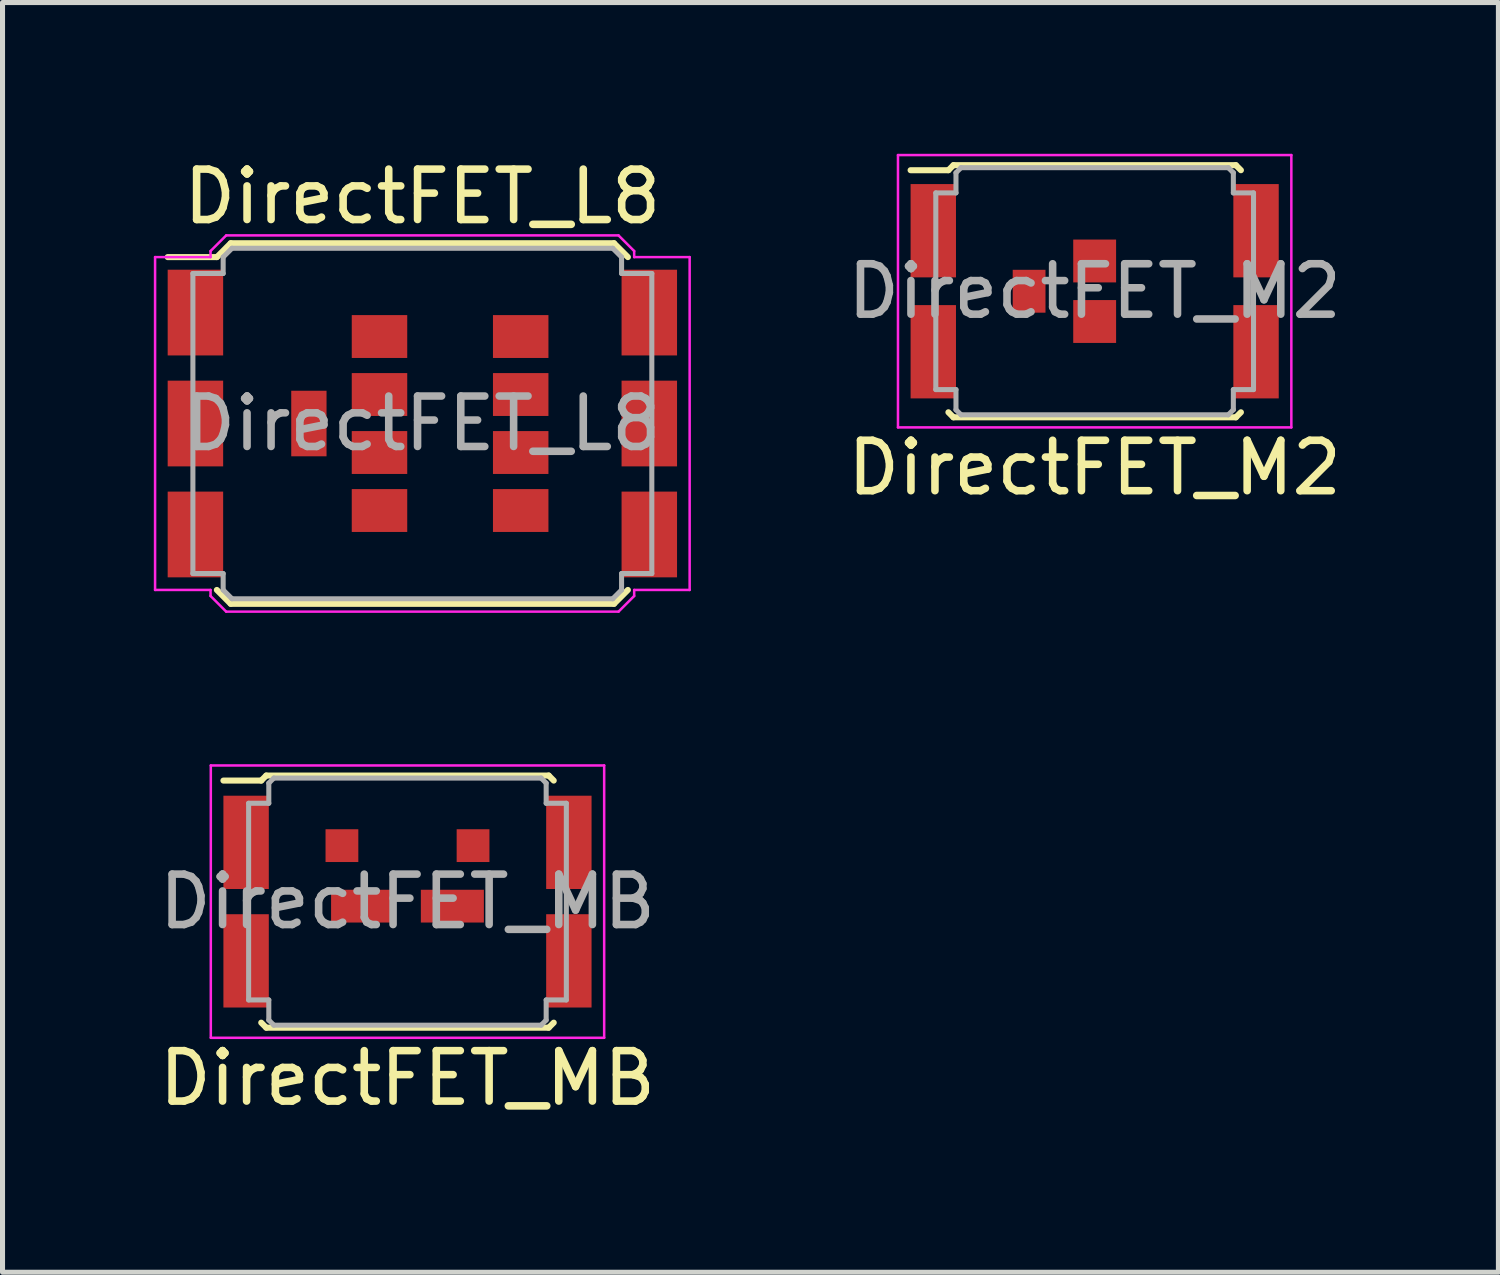
<source format=kicad_pcb>
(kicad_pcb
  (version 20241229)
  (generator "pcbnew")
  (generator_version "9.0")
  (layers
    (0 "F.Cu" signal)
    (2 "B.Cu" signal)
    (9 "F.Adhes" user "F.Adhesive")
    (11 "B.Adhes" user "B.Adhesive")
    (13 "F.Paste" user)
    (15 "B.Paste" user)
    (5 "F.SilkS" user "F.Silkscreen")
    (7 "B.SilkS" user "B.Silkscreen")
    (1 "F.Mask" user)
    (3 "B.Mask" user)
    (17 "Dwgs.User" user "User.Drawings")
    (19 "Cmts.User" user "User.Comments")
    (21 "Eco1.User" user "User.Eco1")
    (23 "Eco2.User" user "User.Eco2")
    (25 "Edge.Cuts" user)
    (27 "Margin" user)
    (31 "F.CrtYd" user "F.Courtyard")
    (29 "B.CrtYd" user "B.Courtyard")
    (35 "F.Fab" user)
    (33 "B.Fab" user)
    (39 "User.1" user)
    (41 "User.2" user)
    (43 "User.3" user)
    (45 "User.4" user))
  (footprint "DirectFET_M2"
    (layer "F.Cu")
    (at 18.656 2.725)
    (property "Reference" "DirectFET_M2" (at 0 3.5 0) (layer "F.SilkS") (effects (font (size 1 1) (thickness 0.15))))
    (attr smd)
    (fp_line (start -3.65 -2.4) (end -2.9 -2.4) (stroke (width 0.12) (type solid)) (layer "F.SilkS"))
    (fp_line (start -2.9 -2.4) (end -2.8 -2.5) (stroke (width 0.12) (type solid)) (layer "F.SilkS"))
    (fp_line (start -2.8 -2.5) (end 2.8 -2.5) (stroke (width 0.12) (type solid)) (layer "F.SilkS"))
    (fp_line (start -2.8 2.5) (end -2.9 2.4) (stroke (width 0.12) (type solid)) (layer "F.SilkS"))
    (fp_line (start 2.8 -2.5) (end 2.9 -2.4) (stroke (width 0.12) (type solid)) (layer "F.SilkS"))
    (fp_line (start 2.8 2.5) (end -2.8 2.5) (stroke (width 0.12) (type solid)) (layer "F.SilkS"))
    (fp_line (start 2.9 2.4) (end 2.8 2.5) (stroke (width 0.12) (type solid)) (layer "F.SilkS"))
    (fp_line (start -3.9 -2.7) (end -3.9 2.7) (stroke (width 0.05) (type solid)) (layer "F.CrtYd"))
    (fp_line (start -3.9 2.7) (end 3.9 2.7) (stroke (width 0.05) (type solid)) (layer "F.CrtYd"))
    (fp_line (start 3.9 -2.7) (end -3.9 -2.7) (stroke (width 0.05) (type solid)) (layer "F.CrtYd"))
    (fp_line (start 3.9 2.7) (end 3.9 -2.7) (stroke (width 0.05) (type solid)) (layer "F.CrtYd"))
    (fp_line (start -3.15 -1.95) (end -2.75 -1.95) (stroke (width 0.1) (type solid)) (layer "F.Fab"))
    (fp_line (start -3.15 1.95) (end -3.15 -1.95) (stroke (width 0.1) (type solid)) (layer "F.Fab"))
    (fp_line (start -3.15 1.95) (end -2.75 1.95) (stroke (width 0.1) (type solid)) (layer "F.Fab"))
    (fp_line (start -2.75 -2.35) (end -2.65 -2.45) (stroke (width 0.1) (type solid)) (layer "F.Fab"))
    (fp_line (start -2.75 -1.95) (end -2.75 -2.35) (stroke (width 0.1) (type solid)) (layer "F.Fab"))
    (fp_line (start -2.75 1.95) (end -2.75 2.35) (stroke (width 0.1) (type solid)) (layer "F.Fab"))
    (fp_line (start -2.75 2.35) (end -2.65 2.45) (stroke (width 0.1) (type solid)) (layer "F.Fab"))
    (fp_line (start -2.65 2.45) (end 2.65 2.45) (stroke (width 0.1) (type solid)) (layer "F.Fab"))
    (fp_line (start 2.65 -2.45) (end -2.65 -2.45) (stroke (width 0.1) (type solid)) (layer "F.Fab"))
    (fp_line (start 2.65 -2.45) (end 2.75 -2.35) (stroke (width 0.1) (type solid)) (layer "F.Fab"))
    (fp_line (start 2.75 -2.35) (end 2.75 -1.95) (stroke (width 0.1) (type solid)) (layer "F.Fab"))
    (fp_line (start 2.75 -1.95) (end 3.15 -1.95) (stroke (width 0.1) (type solid)) (layer "F.Fab"))
    (fp_line (start 2.75 1.95) (end 2.75 2.35) (stroke (width 0.1) (type solid)) (layer "F.Fab"))
    (fp_line (start 2.75 2.35) (end 2.65 2.45) (stroke (width 0.1) (type solid)) (layer "F.Fab"))
    (fp_line (start 3.15 -1.95) (end 3.15 1.95) (stroke (width 0.1) (type solid)) (layer "F.Fab"))
    (fp_line (start 3.15 1.95) (end 2.75 1.95) (stroke (width 0.1) (type solid)) (layer "F.Fab"))
    (fp_text user "${REFERENCE}" (at 0 0 0) (layer "F.Fab") (effects (font (size 1 1) (thickness 0.15))))
    (pad "1" smd rect (at -3.2 -1.2) (size 0.9 1.85) (layers "F.Cu" "F.Mask" "F.Paste"))
    (pad "1" smd rect (at -3.2 1.2) (size 0.9 1.85) (layers "F.Cu" "F.Mask" "F.Paste"))
    (pad "1" smd rect (at 3.2 -1.2) (size 0.9 1.85) (layers "F.Cu" "F.Mask" "F.Paste"))
    (pad "1" smd rect (at 3.2 1.2) (size 0.9 1.85) (layers "F.Cu" "F.Mask" "F.Paste"))
    (pad "2" smd rect (at -1.3 0) (size 0.65 0.85) (layers "F.Cu" "F.Mask" "F.Paste"))
    (pad "3" smd rect (at 0 -0.6) (size 0.85 0.85) (layers "F.Cu" "F.Mask" "F.Paste"))
    (pad "3" smd rect (at 0 0.6) (size 0.85 0.85) (layers "F.Cu" "F.Mask" "F.Paste")))
  (footprint "DirectFET_MB"
    (layer "F.Cu")
    (at 5.03 14.828)
    (property "Reference" "DirectFET_MB" (at 0 3.5 0) (layer "F.SilkS") (effects (font (size 1 1) (thickness 0.15))))
    (attr smd)
    (fp_line (start -3.65 -2.4) (end -2.9 -2.4) (stroke (width 0.12) (type solid)) (layer "F.SilkS"))
    (fp_line (start -2.9 -2.4) (end -2.8 -2.5) (stroke (width 0.12) (type solid)) (layer "F.SilkS"))
    (fp_line (start -2.8 -2.5) (end 2.8 -2.5) (stroke (width 0.12) (type solid)) (layer "F.SilkS"))
    (fp_line (start -2.8 2.5) (end -2.9 2.4) (stroke (width 0.12) (type solid)) (layer "F.SilkS"))
    (fp_line (start 2.8 -2.5) (end 2.9 -2.4) (stroke (width 0.12) (type solid)) (layer "F.SilkS"))
    (fp_line (start 2.8 2.5) (end -2.8 2.5) (stroke (width 0.12) (type solid)) (layer "F.SilkS"))
    (fp_line (start 2.9 2.4) (end 2.8 2.5) (stroke (width 0.12) (type solid)) (layer "F.SilkS"))
    (fp_line (start -3.9 -2.7) (end -3.9 2.7) (stroke (width 0.05) (type solid)) (layer "F.CrtYd"))
    (fp_line (start -3.9 2.7) (end 3.9 2.7) (stroke (width 0.05) (type solid)) (layer "F.CrtYd"))
    (fp_line (start 3.9 -2.7) (end -3.9 -2.7) (stroke (width 0.05) (type solid)) (layer "F.CrtYd"))
    (fp_line (start 3.9 2.7) (end 3.9 -2.7) (stroke (width 0.05) (type solid)) (layer "F.CrtYd"))
    (fp_line (start -3.15 -1.95) (end -2.75 -1.95) (stroke (width 0.1) (type solid)) (layer "F.Fab"))
    (fp_line (start -3.15 1.95) (end -3.15 -1.95) (stroke (width 0.1) (type solid)) (layer "F.Fab"))
    (fp_line (start -3.15 1.95) (end -2.75 1.95) (stroke (width 0.1) (type solid)) (layer "F.Fab"))
    (fp_line (start -2.75 -2.35) (end -2.65 -2.45) (stroke (width 0.1) (type solid)) (layer "F.Fab"))
    (fp_line (start -2.75 -1.95) (end -2.75 -2.35) (stroke (width 0.1) (type solid)) (layer "F.Fab"))
    (fp_line (start -2.75 1.95) (end -2.75 2.35) (stroke (width 0.1) (type solid)) (layer "F.Fab"))
    (fp_line (start -2.75 2.35) (end -2.65 2.45) (stroke (width 0.1) (type solid)) (layer "F.Fab"))
    (fp_line (start -2.65 2.45) (end 2.65 2.45) (stroke (width 0.1) (type solid)) (layer "F.Fab"))
    (fp_line (start 2.65 -2.45) (end -2.65 -2.45) (stroke (width 0.1) (type solid)) (layer "F.Fab"))
    (fp_line (start 2.65 -2.45) (end 2.75 -2.35) (stroke (width 0.1) (type solid)) (layer "F.Fab"))
    (fp_line (start 2.75 -2.35) (end 2.75 -1.95) (stroke (width 0.1) (type solid)) (layer "F.Fab"))
    (fp_line (start 2.75 -1.95) (end 3.15 -1.95) (stroke (width 0.1) (type solid)) (layer "F.Fab"))
    (fp_line (start 2.75 1.95) (end 2.75 2.35) (stroke (width 0.1) (type solid)) (layer "F.Fab"))
    (fp_line (start 2.75 2.35) (end 2.65 2.45) (stroke (width 0.1) (type solid)) (layer "F.Fab"))
    (fp_line (start 3.15 -1.95) (end 3.15 1.95) (stroke (width 0.1) (type solid)) (layer "F.Fab"))
    (fp_line (start 3.15 1.95) (end 2.75 1.95) (stroke (width 0.1) (type solid)) (layer "F.Fab"))
    (fp_text user "${REFERENCE}" (at 0 0 0) (layer "F.Fab") (effects (font (size 1 1) (thickness 0.15))))
    (pad "1" smd rect (at -3.2 -1.175) (size 0.9 1.85) (layers "F.Cu" "F.Mask" "F.Paste"))
    (pad "1" smd rect (at -3.2 1.175) (size 0.9 1.85) (layers "F.Cu" "F.Mask" "F.Paste"))
    (pad "1" smd rect (at 3.2 -1.175) (size 0.9 1.85) (layers "F.Cu" "F.Mask" "F.Paste"))
    (pad "1" smd rect (at 3.2 1.175) (size 0.9 1.85) (layers "F.Cu" "F.Mask" "F.Paste"))
    (pad "2" smd rect (at -1.3 -1.11) (size 0.65 0.65) (layers "F.Cu" "F.Mask" "F.Paste"))
    (pad "2" smd rect (at 1.3 -1.11) (size 0.65 0.65) (layers "F.Cu" "F.Mask" "F.Paste"))
    (pad "3" smd rect (at -0.89 0.09) (size 1.25 0.65) (layers "F.Cu" "F.Mask" "F.Paste"))
    (pad "3" smd rect (at 0.89 0.09) (size 1.25 0.65) (layers "F.Cu" "F.Mask" "F.Paste")))
  (footprint "DirectFET_L8"
    (layer "F.Cu")
    (at 5.325 5.348)
    (property "Reference" "DirectFET_L8" (at 0 -4.5 0) (layer "F.SilkS") (effects (font (size 1 1) (thickness 0.15))))
    (attr smd)
    (fp_line (start -5.05 -3.3) (end -4.075 -3.3) (stroke (width 0.12) (type solid)) (layer "F.SilkS"))
    (fp_line (start -4.075 -3.3) (end -3.8 -3.575) (stroke (width 0.12) (type solid)) (layer "F.SilkS"))
    (fp_line (start -4.075 3.3) (end -3.8 3.575) (stroke (width 0.12) (type solid)) (layer "F.SilkS"))
    (fp_line (start 3.8 -3.575) (end -3.8 -3.575) (stroke (width 0.12) (type solid)) (layer "F.SilkS"))
    (fp_line (start 3.8 3.575) (end -3.8 3.575) (stroke (width 0.12) (type solid)) (layer "F.SilkS"))
    (fp_line (start 4.075 -3.3) (end 3.8 -3.575) (stroke (width 0.12) (type solid)) (layer "F.SilkS"))
    (fp_line (start 4.075 3.3) (end 3.8 3.575) (stroke (width 0.12) (type solid)) (layer "F.SilkS"))
    (fp_line (start -5.3 -3.3) (end -5.3 3.3) (stroke (width 0.05) (type solid)) (layer "F.CrtYd"))
    (fp_line (start -4.2 -3.42) (end -3.89 -3.73) (stroke (width 0.05) (type solid)) (layer "F.CrtYd"))
    (fp_line (start -4.2 -3.3) (end -5.3 -3.3) (stroke (width 0.05) (type solid)) (layer "F.CrtYd"))
    (fp_line (start -4.2 -3.3) (end -4.2 -3.42) (stroke (width 0.05) (type solid)) (layer "F.CrtYd"))
    (fp_line (start -4.2 3.3) (end -5.3 3.3) (stroke (width 0.05) (type solid)) (layer "F.CrtYd"))
    (fp_line (start -4.2 3.3) (end -4.2 3.42) (stroke (width 0.05) (type solid)) (layer "F.CrtYd"))
    (fp_line (start -4.2 3.42) (end -3.89 3.73) (stroke (width 0.05) (type solid)) (layer "F.CrtYd"))
    (fp_line (start 3.89 -3.73) (end -3.89 -3.73) (stroke (width 0.05) (type solid)) (layer "F.CrtYd"))
    (fp_line (start 3.89 3.73) (end -3.89 3.73) (stroke (width 0.05) (type solid)) (layer "F.CrtYd"))
    (fp_line (start 4.2 -3.42) (end 3.89 -3.73) (stroke (width 0.05) (type solid)) (layer "F.CrtYd"))
    (fp_line (start 4.2 -3.3) (end 4.2 -3.42) (stroke (width 0.05) (type solid)) (layer "F.CrtYd"))
    (fp_line (start 4.2 -3.3) (end 5.3 -3.3) (stroke (width 0.05) (type solid)) (layer "F.CrtYd"))
    (fp_line (start 4.2 3.3) (end 4.2 3.42) (stroke (width 0.05) (type solid)) (layer "F.CrtYd"))
    (fp_line (start 4.2 3.3) (end 5.3 3.3) (stroke (width 0.05) (type solid)) (layer "F.CrtYd"))
    (fp_line (start 4.2 3.42) (end 3.89 3.73) (stroke (width 0.05) (type solid)) (layer "F.CrtYd"))
    (fp_line (start 5.3 -3.3) (end 5.3 3.3) (stroke (width 0.05) (type solid)) (layer "F.CrtYd"))
    (fp_line (start -4.55 -2.975) (end -4.55 2.975) (stroke (width 0.1) (type solid)) (layer "F.Fab"))
    (fp_line (start -4.55 -2.975) (end -3.95 -2.975) (stroke (width 0.1) (type solid)) (layer "F.Fab"))
    (fp_line (start -4.55 2.975) (end -3.95 2.975) (stroke (width 0.1) (type solid)) (layer "F.Fab"))
    (fp_line (start -3.95 -3.3) (end -3.775 -3.475) (stroke (width 0.1) (type solid)) (layer "F.Fab"))
    (fp_line (start -3.95 -2.975) (end -3.95 -3.3) (stroke (width 0.1) (type solid)) (layer "F.Fab"))
    (fp_line (start -3.95 2.975) (end -3.95 3.3) (stroke (width 0.1) (type solid)) (layer "F.Fab"))
    (fp_line (start -3.95 3.3) (end -3.775 3.475) (stroke (width 0.1) (type solid)) (layer "F.Fab"))
    (fp_line (start 3.775 -3.475) (end -3.775 -3.475) (stroke (width 0.1) (type solid)) (layer "F.Fab"))
    (fp_line (start 3.775 3.475) (end -3.775 3.475) (stroke (width 0.1) (type solid)) (layer "F.Fab"))
    (fp_line (start 3.95 -3.3) (end 3.775 -3.475) (stroke (width 0.1) (type solid)) (layer "F.Fab"))
    (fp_line (start 3.95 -2.975) (end 3.95 -3.3) (stroke (width 0.1) (type solid)) (layer "F.Fab"))
    (fp_line (start 3.95 2.975) (end 3.95 3.3) (stroke (width 0.1) (type solid)) (layer "F.Fab"))
    (fp_line (start 3.95 3.3) (end 3.775 3.475) (stroke (width 0.1) (type solid)) (layer "F.Fab"))
    (fp_line (start 4.55 -2.975) (end 3.95 -2.975) (stroke (width 0.1) (type solid)) (layer "F.Fab"))
    (fp_line (start 4.55 -2.975) (end 4.55 2.975) (stroke (width 0.1) (type solid)) (layer "F.Fab"))
    (fp_line (start 4.55 2.975) (end 3.95 2.975) (stroke (width 0.1) (type solid)) (layer "F.Fab"))
    (fp_text user "${REFERENCE}" (at 0 0 0) (layer "F.Fab") (effects (font (size 1 1) (thickness 0.15))))
    (pad "1" smd rect (at -4.5 -2.2) (size 1.1 1.7) (layers "F.Cu" "F.Mask" "F.Paste"))
    (pad "1" smd rect (at -4.5 0) (size 1.1 1.7) (layers "F.Cu" "F.Mask" "F.Paste"))
    (pad "1" smd rect (at -4.5 2.2) (size 1.1 1.7) (layers "F.Cu" "F.Mask" "F.Paste"))
    (pad "1" smd rect (at 4.5 -2.2) (size 1.1 1.7) (layers "F.Cu" "F.Mask" "F.Paste"))
    (pad "1" smd rect (at 4.5 0) (size 1.1 1.7) (layers "F.Cu" "F.Mask" "F.Paste"))
    (pad "1" smd rect (at 4.5 2.2) (size 1.1 1.7) (layers "F.Cu" "F.Mask" "F.Paste"))
    (pad "2" smd rect (at -2.25 0) (size 0.7 1.3) (layers "F.Cu" "F.Mask" "F.Paste"))
    (pad "3" smd rect (at -0.85 -1.725) (size 1.1 0.85) (layers "F.Cu" "F.Mask" "F.Paste"))
    (pad "3" smd rect (at -0.85 -0.575) (size 1.1 0.85) (layers "F.Cu" "F.Mask" "F.Paste"))
    (pad "3" smd rect (at -0.85 0.575) (size 1.1 0.85) (layers "F.Cu" "F.Mask" "F.Paste"))
    (pad "3" smd rect (at -0.85 1.725) (size 1.1 0.85) (layers "F.Cu" "F.Mask" "F.Paste"))
    (pad "3" smd rect (at 1.95 -1.725) (size 1.1 0.85) (layers "F.Cu" "F.Mask" "F.Paste"))
    (pad "3" smd rect (at 1.95 -0.575) (size 1.1 0.85) (layers "F.Cu" "F.Mask" "F.Paste"))
    (pad "3" smd rect (at 1.95 0.575) (size 1.1 0.85) (layers "F.Cu" "F.Mask" "F.Paste"))
    (pad "3" smd rect (at 1.95 1.725) (size 1.1 0.85) (layers "F.Cu" "F.Mask" "F.Paste")))
  (gr_rect
    (start -3 -3)
    (end 26.662 22.177)
    (stroke (width 0.1) (type default))
    (fill no)
    (layer "Edge.Cuts")))
</source>
